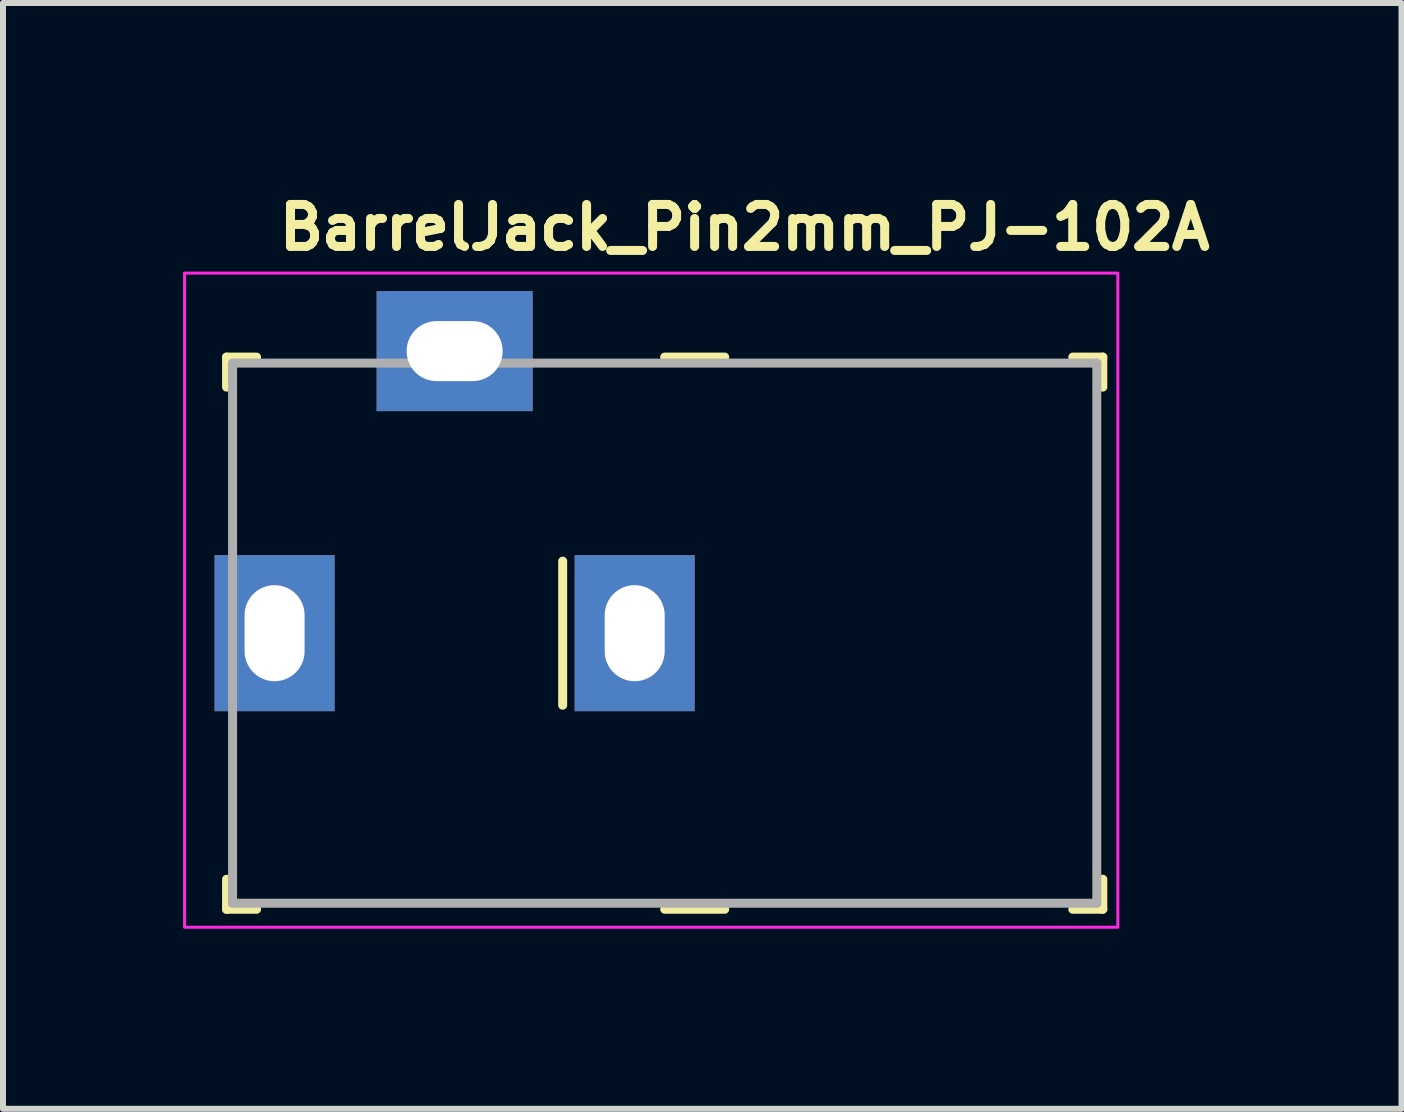
<source format=kicad_pcb>
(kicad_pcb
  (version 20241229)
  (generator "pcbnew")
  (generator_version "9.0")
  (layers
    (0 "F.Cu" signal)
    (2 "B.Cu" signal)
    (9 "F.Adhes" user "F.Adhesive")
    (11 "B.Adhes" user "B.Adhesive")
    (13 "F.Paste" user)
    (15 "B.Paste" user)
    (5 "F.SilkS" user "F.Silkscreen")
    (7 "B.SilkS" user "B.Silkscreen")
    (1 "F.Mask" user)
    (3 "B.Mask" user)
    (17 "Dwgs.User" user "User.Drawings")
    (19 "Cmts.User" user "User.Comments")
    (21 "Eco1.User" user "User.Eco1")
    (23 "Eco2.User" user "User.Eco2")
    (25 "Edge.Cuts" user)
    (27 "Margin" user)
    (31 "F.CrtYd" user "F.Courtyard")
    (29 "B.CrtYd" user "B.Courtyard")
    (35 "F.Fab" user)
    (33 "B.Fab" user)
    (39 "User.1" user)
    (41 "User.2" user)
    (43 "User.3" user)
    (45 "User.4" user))
  (footprint "BarrelJack_Pin2mm_PJ-102A"
    (layer "F.Cu")
    (at 1.525 7.5)
    (property "Reference" "BarrelJack_Pin2mm_PJ-102A" (at 0 -6.35 0) (layer "F.SilkS") (effects (font (size 0.7 0.7) (thickness 0.15)) (justify left bottom)))
    (attr through_hole)
    (fp_line (start -0.8 -4.6) (end -0.8 -4.1) (stroke (width 0.15) (type solid)) (layer "F.SilkS"))
    (fp_line (start -0.8 -4.6) (end -0.3 -4.6) (stroke (width 0.15) (type solid)) (layer "F.SilkS"))
    (fp_line (start -0.8 4.6) (end -0.8 4.1) (stroke (width 0.15) (type solid)) (layer "F.SilkS"))
    (fp_line (start -0.8 4.6) (end -0.3 4.6) (stroke (width 0.15) (type solid)) (layer "F.SilkS"))
    (fp_line (start 4.8 -1.2) (end 4.8 1.2) (stroke (width 0.15) (type solid)) (layer "F.SilkS"))
    (fp_line (start 6.5 -4.6) (end 7.5 -4.6) (stroke (width 0.15) (type solid)) (layer "F.SilkS"))
    (fp_line (start 6.5 4.6) (end 7.5 4.6) (stroke (width 0.15) (type solid)) (layer "F.SilkS"))
    (fp_line (start 13.8 -4.6) (end 13.3 -4.6) (stroke (width 0.15) (type solid)) (layer "F.SilkS"))
    (fp_line (start 13.8 -4.6) (end 13.8 -4.1) (stroke (width 0.15) (type solid)) (layer "F.SilkS"))
    (fp_line (start 13.8 4.6) (end 13.3 4.6) (stroke (width 0.15) (type solid)) (layer "F.SilkS"))
    (fp_line (start 13.8 4.6) (end 13.8 4.1) (stroke (width 0.15) (type solid)) (layer "F.SilkS"))
    (fp_rect (start -1.5 -6) (end 14.05 4.9) (stroke (width 0.05) (type solid)) (fill no) (layer "F.CrtYd"))
    (fp_line (start -0.7 -4.5) (end -0.7 4.5) (stroke (width 0.15) (type solid)) (layer "F.Fab"))
    (fp_line (start -0.7 -4.5) (end 13.7 -4.5) (stroke (width 0.15) (type solid)) (layer "F.Fab"))
    (fp_line (start -0.7 4.5) (end 13.7 4.5) (stroke (width 0.15) (type solid)) (layer "F.Fab"))
    (fp_line (start 13.7 -4.5) (end 13.7 4.5) (stroke (width 0.15) (type solid)) (layer "F.Fab"))
    (fp_rect (start -0.75 -4.9) (end 13.65 4.5) (stroke (width 0.1) (type solid)) (fill no) (layer "User.5"))
    (fp_line (start -0.75 -1.9) (end -0.75 -4.5) (stroke (width 0.02) (type solid)) (layer "User.9"))
    (fp_line (start -0.75 -1.9) (end 0.15 -1.9) (stroke (width 0.02) (type solid)) (layer "User.9"))
    (fp_line (start -0.75 1.9) (end 0.15 1.9) (stroke (width 0.02) (type solid)) (layer "User.9"))
    (fp_line (start -0.75 4.5) (end -0.75 1.9) (stroke (width 0.02) (type solid)) (layer "User.9"))
    (fp_line (start -0.25 -0.5) (end -0.133 -0.5) (stroke (width 0.02) (type solid)) (layer "User.9"))
    (fp_line (start -0.25 0.5) (end -0.25 -0.5) (stroke (width 0.02) (type solid)) (layer "User.9"))
    (fp_line (start -0.133 -0.5) (end -0.133 -0.5) (stroke (width 0.02) (type solid)) (layer "User.9"))
    (fp_line (start -0.133 -0.5) (end 0.15 -0.5) (stroke (width 0.02) (type solid)) (layer "User.9"))
    (fp_line (start -0.133 0.5) (end -0.25 0.5) (stroke (width 0.02) (type solid)) (layer "User.9"))
    (fp_line (start -0.133 0.5) (end -0.133 0.5) (stroke (width 0.02) (type solid)) (layer "User.9"))
    (fp_line (start 0.15 -4.5) (end -0.75 -4.5) (stroke (width 0.02) (type solid)) (layer "User.9"))
    (fp_line (start 0.15 -4.5) (end 0.15 -4.203) (stroke (width 0.02) (type solid)) (layer "User.9"))
    (fp_line (start 0.15 -4.5) (end 10.15 -4.5) (stroke (width 0.02) (type solid)) (layer "User.9"))
    (fp_line (start 0.15 -4.098) (end 0.15 -4.203) (stroke (width 0.02) (type solid)) (layer "User.9"))
    (fp_line (start 0.15 -4.098) (end 0.15 -4.098) (stroke (width 0.02) (type solid)) (layer "User.9"))
    (fp_line (start 0.15 -3.787) (end 0.15 -4.098) (stroke (width 0.02) (type solid)) (layer "User.9"))
    (fp_line (start 0.15 -3.787) (end 0.15 -3.787) (stroke (width 0.02) (type solid)) (layer "User.9"))
    (fp_line (start 0.15 -3.286) (end 0.15 -3.787) (stroke (width 0.02) (type solid)) (layer "User.9"))
    (fp_line (start 0.15 -3.286) (end 0.15 -3.286) (stroke (width 0.02) (type solid)) (layer "User.9"))
    (fp_line (start 0.15 -2.621) (end 0.15 -3.286) (stroke (width 0.02) (type solid)) (layer "User.9"))
    (fp_line (start 0.15 -2.621) (end 0.15 -2.621) (stroke (width 0.02) (type solid)) (layer "User.9"))
    (fp_line (start 0.15 -1.824) (end 0.15 -2.621) (stroke (width 0.02) (type solid)) (layer "User.9"))
    (fp_line (start 0.15 -1.824) (end 0.15 -1.824) (stroke (width 0.02) (type solid)) (layer "User.9"))
    (fp_line (start 0.15 -0.935) (end 0.15 -1.824) (stroke (width 0.02) (type solid)) (layer "User.9"))
    (fp_line (start 0.15 -0.935) (end 0.15 -0.935) (stroke (width 0.02) (type solid)) (layer "User.9"))
    (fp_line (start 0.15 0) (end 0.15 -0.935) (stroke (width 0.02) (type solid)) (layer "User.9"))
    (fp_line (start 0.15 0) (end 0.15 0) (stroke (width 0.02) (type solid)) (layer "User.9"))
    (fp_line (start 0.15 0.5) (end -0.133 0.5) (stroke (width 0.02) (type solid)) (layer "User.9"))
    (fp_line (start 0.15 0.935) (end 0.15 0) (stroke (width 0.02) (type solid)) (layer "User.9"))
    (fp_line (start 0.15 0.935) (end 0.15 0.935) (stroke (width 0.02) (type solid)) (layer "User.9"))
    (fp_line (start 0.15 1.824) (end 0.15 0.935) (stroke (width 0.02) (type solid)) (layer "User.9"))
    (fp_line (start 0.15 1.824) (end 0.15 1.824) (stroke (width 0.02) (type solid)) (layer "User.9"))
    (fp_line (start 0.15 2.621) (end 0.15 1.824) (stroke (width 0.02) (type solid)) (layer "User.9"))
    (fp_line (start 0.15 2.621) (end 0.15 2.621) (stroke (width 0.02) (type solid)) (layer "User.9"))
    (fp_line (start 0.15 3.286) (end 0.15 2.621) (stroke (width 0.02) (type solid)) (layer "User.9"))
    (fp_line (start 0.15 3.286) (end 0.15 3.286) (stroke (width 0.02) (type solid)) (layer "User.9"))
    (fp_line (start 0.15 3.787) (end 0.15 3.286) (stroke (width 0.02) (type solid)) (layer "User.9"))
    (fp_line (start 0.15 3.787) (end 0.15 3.787) (stroke (width 0.02) (type solid)) (layer "User.9"))
    (fp_line (start 0.15 4.098) (end 0.15 3.787) (stroke (width 0.02) (type solid)) (layer "User.9"))
    (fp_line (start 0.15 4.098) (end 0.15 4.098) (stroke (width 0.02) (type solid)) (layer "User.9"))
    (fp_line (start 0.15 4.203) (end 0.15 4.098) (stroke (width 0.02) (type solid)) (layer "User.9"))
    (fp_line (start 0.15 4.203) (end 0.15 4.5) (stroke (width 0.02) (type solid)) (layer "User.9"))
    (fp_line (start 0.15 4.5) (end -0.75 4.5) (stroke (width 0.02) (type solid)) (layer "User.9"))
    (fp_line (start 0.15 4.5) (end 10.15 4.5) (stroke (width 0.02) (type solid)) (layer "User.9"))
    (fp_line (start 1.7 -4.9) (end 4.2 -4.9) (stroke (width 0.02) (type solid)) (layer "User.9"))
    (fp_line (start 1.7 -4.79) (end 1.7 -4.9) (stroke (width 0.02) (type solid)) (layer "User.9"))
    (fp_line (start 1.7 -4.79) (end 1.7 -4.79) (stroke (width 0.02) (type solid)) (layer "User.9"))
    (fp_line (start 1.7 -4.5) (end 1.7 -4.79) (stroke (width 0.02) (type solid)) (layer "User.9"))
    (fp_line (start 4.2 -4.79) (end 4.2 -4.9) (stroke (width 0.02) (type solid)) (layer "User.9"))
    (fp_line (start 4.2 -4.79) (end 4.2 -4.79) (stroke (width 0.02) (type solid)) (layer "User.9"))
    (fp_line (start 4.2 -4.5) (end 4.2 -4.79) (stroke (width 0.02) (type solid)) (layer "User.9"))
    (fp_line (start 10.15 -4.203) (end 0.15 -4.203) (stroke (width 0.02) (type solid)) (layer "User.9"))
    (fp_line (start 10.15 4.203) (end 0.15 4.203) (stroke (width 0.02) (type solid)) (layer "User.9"))
    (fp_line (start 10.15 4.5) (end 10.15 -4.5) (stroke (width 0.02) (type solid)) (layer "User.9"))
    (fp_line (start 11.4 -4.5) (end 10.15 -4.5) (stroke (width 0.02) (type solid)) (layer "User.9"))
    (fp_line (start 11.4 -3) (end 12.6 -3) (stroke (width 0.02) (type solid)) (layer "User.9"))
    (fp_line (start 11.4 4.5) (end 10.15 4.5) (stroke (width 0.02) (type solid)) (layer "User.9"))
    (fp_line (start 11.4 4.5) (end 11.4 -4.5) (stroke (width 0.02) (type solid)) (layer "User.9"))
    (fp_line (start 11.4 4.5) (end 12.6 4.5) (stroke (width 0.02) (type solid)) (layer "User.9"))
    (fp_line (start 12.6 -4.5) (end 11.4 -4.5) (stroke (width 0.02) (type solid)) (layer "User.9"))
    (fp_line (start 12.6 -4.5) (end 12.6 4.5) (stroke (width 0.02) (type solid)) (layer "User.9"))
    (fp_line (start 12.6 3) (end 11.4 3) (stroke (width 0.02) (type solid)) (layer "User.9"))
    (fp_line (start 13.65 -4.5) (end 12.6 -4.5) (stroke (width 0.02) (type solid)) (layer "User.9"))
    (fp_line (start 13.65 -4.5) (end 13.65 4.5) (stroke (width 0.02) (type solid)) (layer "User.9"))
    (fp_line (start 13.65 4.5) (end 12.6 4.5) (stroke (width 0.02) (type solid)) (layer "User.9"))
    (pad "1" thru_hole rect (at 0 0 270) (size 2.6 2) (drill oval 1.6 1) (layers "*.Cu" "*.Mask"))
    (pad "2" thru_hole rect (at 6 0 270) (size 2.6 2) (drill oval 1.6 1) (layers "*.Cu" "*.Mask"))
    (pad "3" thru_hole rect (at 3 -4.7 270) (size 2 2.6) (drill oval 1 1.6) (layers "*.Cu" "*.Mask")))
  (gr_rect
    (start -3 -3)
    (end 20.302 15.425)
    (stroke (width 0.1) (type default))
    (fill no)
    (layer "Edge.Cuts")))
</source>
